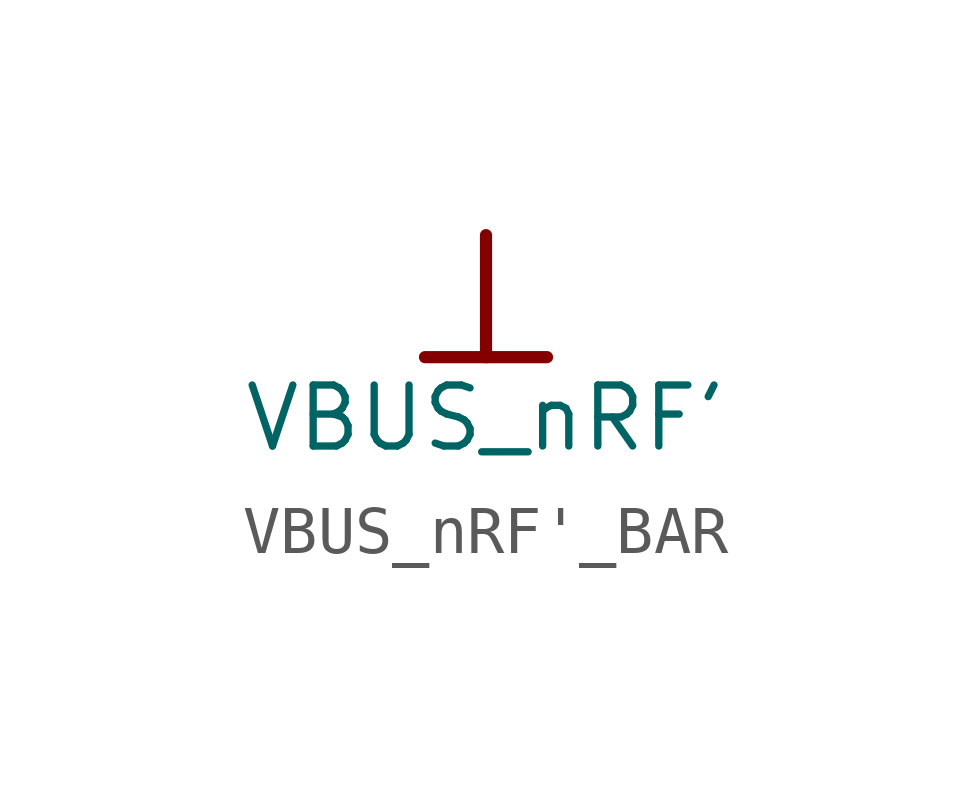
<source format=kicad_sym>
(kicad_symbol_lib
  (version 20241209)
  (generator "kicad_symbol_editor")
  (generator_version "9.0")
  (symbol "VBUS_nRF'_BAR"
    (power)
    (property "Reference" "#PWR"
      (at 0 0 0)
      (effects (font (size 1.27 1.27)) (hide yes)))
    (property "Value" "VBUS_nRF'"
      (at 0 -3.81 0)
      (effects (font (size 1.27 1.27))))
    (symbol "VBUS_nRF'_BAR_0_0"
      (polyline (pts (xy -1.27 -2.54) (xy 1.27 -2.54)) (stroke (width 0.254) (type solid)) (fill (type none)))
      (polyline (pts (xy 0 0) (xy 0 -2.54)) (stroke (width 0.254) (type solid)) (fill (type none)))
      (pin power_in line (at 0 0 0) (length 0) (hide yes) (name "VBUS_nRF'" (effects (font (size 1.27 1.27)))) (number "" (effects (font (size 1.27 1.27))))))))
</source>
